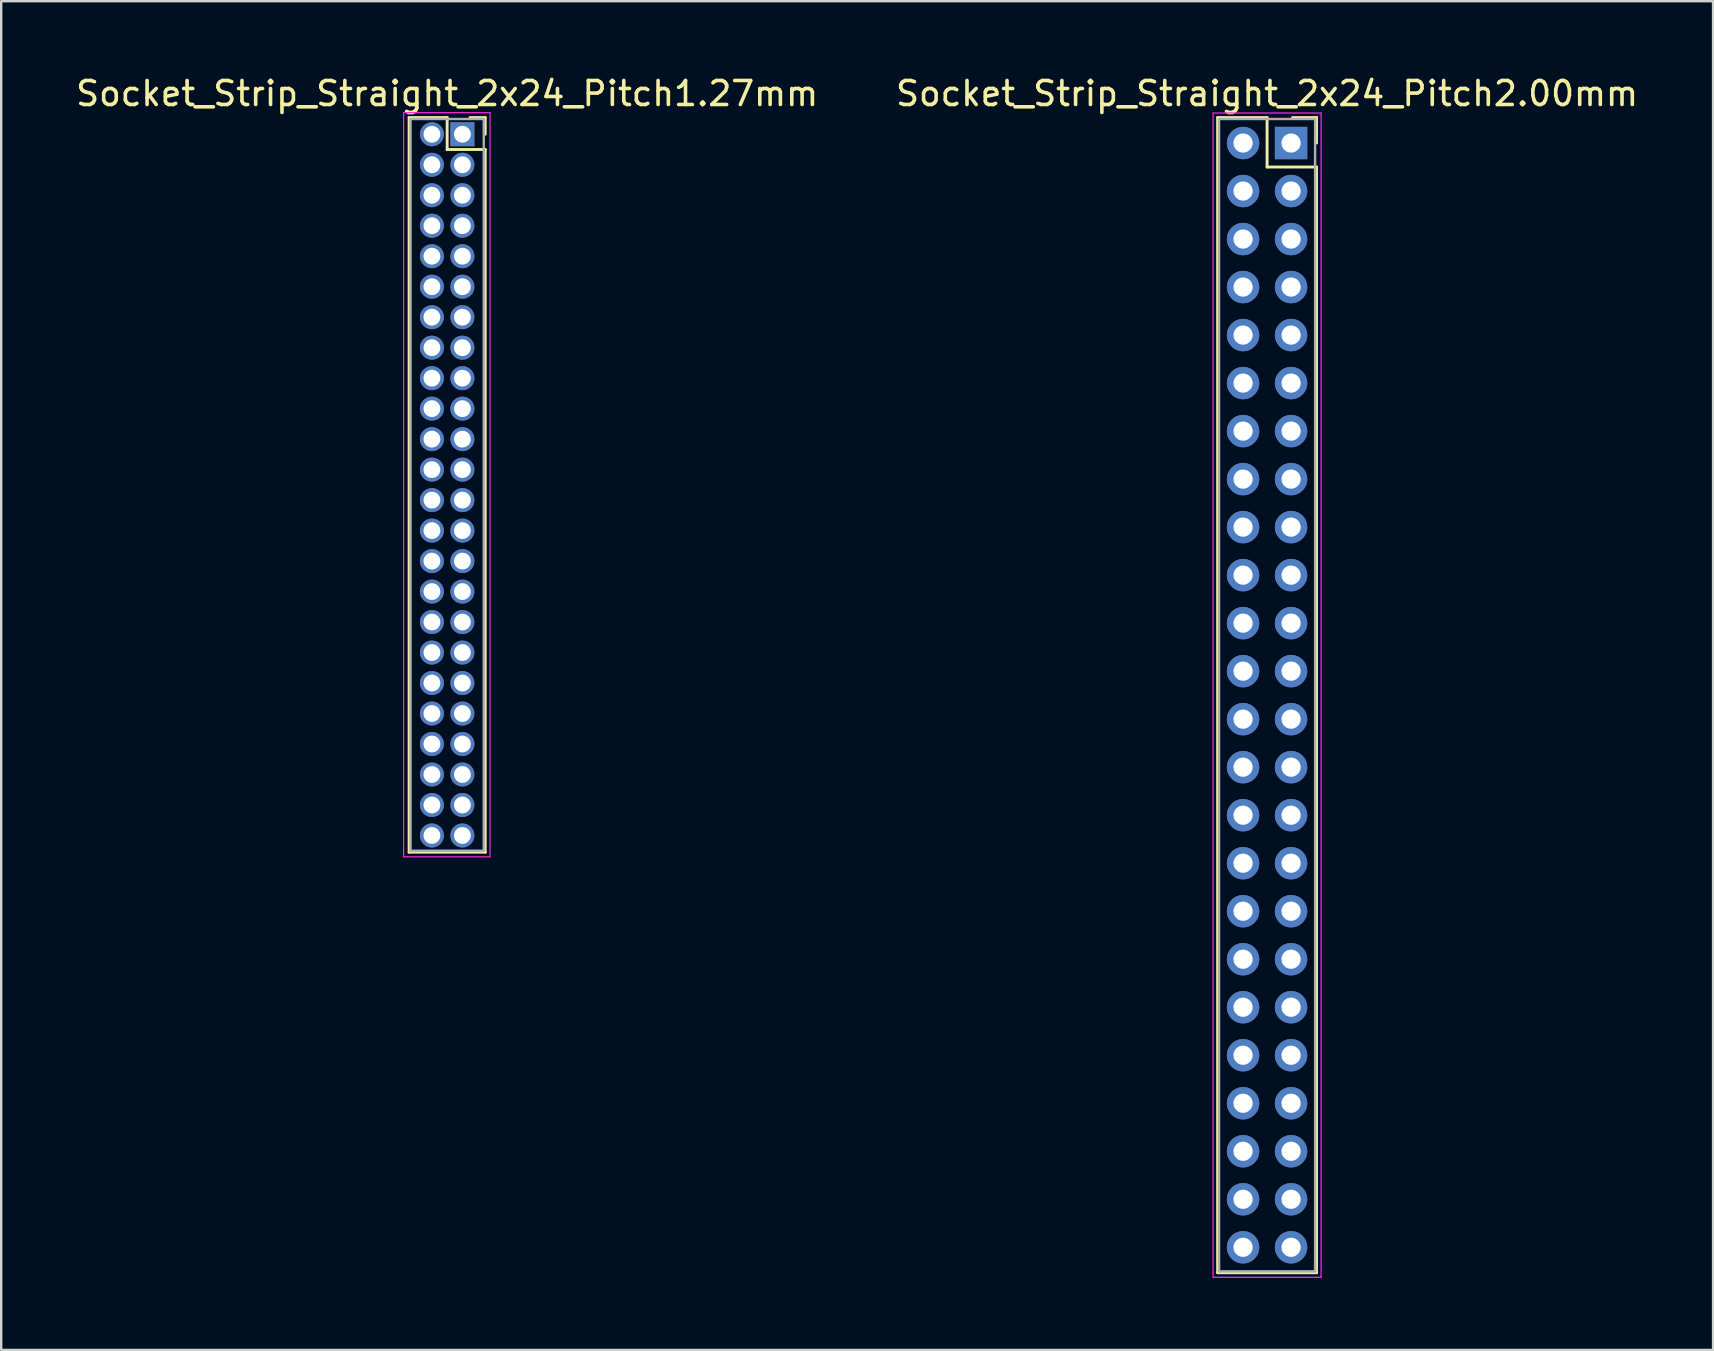
<source format=kicad_pcb>
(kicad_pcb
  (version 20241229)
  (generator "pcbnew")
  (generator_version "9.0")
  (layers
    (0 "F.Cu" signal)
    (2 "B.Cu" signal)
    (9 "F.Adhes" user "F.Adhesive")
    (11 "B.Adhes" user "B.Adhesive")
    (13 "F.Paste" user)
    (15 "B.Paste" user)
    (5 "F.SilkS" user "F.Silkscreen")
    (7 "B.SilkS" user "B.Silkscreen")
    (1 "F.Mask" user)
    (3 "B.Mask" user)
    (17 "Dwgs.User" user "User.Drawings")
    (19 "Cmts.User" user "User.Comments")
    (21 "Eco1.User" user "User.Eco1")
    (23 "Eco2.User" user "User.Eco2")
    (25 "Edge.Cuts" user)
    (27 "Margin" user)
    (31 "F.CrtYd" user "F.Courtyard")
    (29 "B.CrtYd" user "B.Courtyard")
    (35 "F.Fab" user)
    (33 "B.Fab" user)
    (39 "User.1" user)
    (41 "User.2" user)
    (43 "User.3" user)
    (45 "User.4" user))
  (footprint "Socket_Strip_Straight_2x24_Pitch2.00mm"
    (layer "F.Cu")
    (at 50.732 2.908)
    (property "Reference" "Socket_Strip_Straight_2x24_Pitch2.00mm" (at -1 -2.06 0) (layer "F.SilkS") (effects (font (size 1 1) (thickness 0.15))))
    (attr through_hole)
    (fp_line (start -3.06 -1.06) (end -1 -1.06) (stroke (width 0.12) (type solid)) (layer "F.SilkS"))
    (fp_line (start -3.06 47.06) (end -3.06 -1.06) (stroke (width 0.12) (type solid)) (layer "F.SilkS"))
    (fp_line (start -1 -1.06) (end -1 1) (stroke (width 0.12) (type solid)) (layer "F.SilkS"))
    (fp_line (start -1 1) (end 1.06 1) (stroke (width 0.12) (type solid)) (layer "F.SilkS"))
    (fp_line (start 1.06 -1.06) (end 0.06 -1.06) (stroke (width 0.12) (type solid)) (layer "F.SilkS"))
    (fp_line (start 1.06 0) (end 1.06 -1.06) (stroke (width 0.12) (type solid)) (layer "F.SilkS"))
    (fp_line (start 1.06 1) (end 1.06 47.06) (stroke (width 0.12) (type solid)) (layer "F.SilkS"))
    (fp_line (start 1.06 47.06) (end -3.06 47.06) (stroke (width 0.12) (type solid)) (layer "F.SilkS"))
    (fp_line (start -3.25 -1.25) (end -3.25 47.25) (stroke (width 0.05) (type solid)) (layer "F.CrtYd"))
    (fp_line (start -3.25 47.25) (end 1.25 47.25) (stroke (width 0.05) (type solid)) (layer "F.CrtYd"))
    (fp_line (start 1.25 -1.25) (end -3.25 -1.25) (stroke (width 0.05) (type solid)) (layer "F.CrtYd"))
    (fp_line (start 1.25 47.25) (end 1.25 -1.25) (stroke (width 0.05) (type solid)) (layer "F.CrtYd"))
    (fp_line (start -3 -1) (end -3 47) (stroke (width 0.1) (type solid)) (layer "F.Fab"))
    (fp_line (start -3 47) (end 1 47) (stroke (width 0.1) (type solid)) (layer "F.Fab"))
    (fp_line (start 1 -1) (end -3 -1) (stroke (width 0.1) (type solid)) (layer "F.Fab"))
    (fp_line (start 1 47) (end 1 -1) (stroke (width 0.1) (type solid)) (layer "F.Fab"))
    (pad "1" thru_hole rect (at 0 0) (size 1.35 1.35) (drill 0.8) (layers "*.Cu" "*.Mask"))
    (pad "2" thru_hole oval (at -2 0) (size 1.35 1.35) (drill 0.8) (layers "*.Cu" "*.Mask"))
    (pad "3" thru_hole oval (at 0 2) (size 1.35 1.35) (drill 0.8) (layers "*.Cu" "*.Mask"))
    (pad "4" thru_hole oval (at -2 2) (size 1.35 1.35) (drill 0.8) (layers "*.Cu" "*.Mask"))
    (pad "5" thru_hole oval (at 0 4) (size 1.35 1.35) (drill 0.8) (layers "*.Cu" "*.Mask"))
    (pad "6" thru_hole oval (at -2 4) (size 1.35 1.35) (drill 0.8) (layers "*.Cu" "*.Mask"))
    (pad "7" thru_hole oval (at 0 6) (size 1.35 1.35) (drill 0.8) (layers "*.Cu" "*.Mask"))
    (pad "8" thru_hole oval (at -2 6) (size 1.35 1.35) (drill 0.8) (layers "*.Cu" "*.Mask"))
    (pad "9" thru_hole oval (at 0 8) (size 1.35 1.35) (drill 0.8) (layers "*.Cu" "*.Mask"))
    (pad "10" thru_hole oval (at -2 8) (size 1.35 1.35) (drill 0.8) (layers "*.Cu" "*.Mask"))
    (pad "11" thru_hole oval (at 0 10) (size 1.35 1.35) (drill 0.8) (layers "*.Cu" "*.Mask"))
    (pad "12" thru_hole oval (at -2 10) (size 1.35 1.35) (drill 0.8) (layers "*.Cu" "*.Mask"))
    (pad "13" thru_hole oval (at 0 12) (size 1.35 1.35) (drill 0.8) (layers "*.Cu" "*.Mask"))
    (pad "14" thru_hole oval (at -2 12) (size 1.35 1.35) (drill 0.8) (layers "*.Cu" "*.Mask"))
    (pad "15" thru_hole oval (at 0 14) (size 1.35 1.35) (drill 0.8) (layers "*.Cu" "*.Mask"))
    (pad "16" thru_hole oval (at -2 14) (size 1.35 1.35) (drill 0.8) (layers "*.Cu" "*.Mask"))
    (pad "17" thru_hole oval (at 0 16) (size 1.35 1.35) (drill 0.8) (layers "*.Cu" "*.Mask"))
    (pad "18" thru_hole oval (at -2 16) (size 1.35 1.35) (drill 0.8) (layers "*.Cu" "*.Mask"))
    (pad "19" thru_hole oval (at 0 18) (size 1.35 1.35) (drill 0.8) (layers "*.Cu" "*.Mask"))
    (pad "20" thru_hole oval (at -2 18) (size 1.35 1.35) (drill 0.8) (layers "*.Cu" "*.Mask"))
    (pad "21" thru_hole oval (at 0 20) (size 1.35 1.35) (drill 0.8) (layers "*.Cu" "*.Mask"))
    (pad "22" thru_hole oval (at -2 20) (size 1.35 1.35) (drill 0.8) (layers "*.Cu" "*.Mask"))
    (pad "23" thru_hole oval (at 0 22) (size 1.35 1.35) (drill 0.8) (layers "*.Cu" "*.Mask"))
    (pad "24" thru_hole oval (at -2 22) (size 1.35 1.35) (drill 0.8) (layers "*.Cu" "*.Mask"))
    (pad "25" thru_hole oval (at 0 24) (size 1.35 1.35) (drill 0.8) (layers "*.Cu" "*.Mask"))
    (pad "26" thru_hole oval (at -2 24) (size 1.35 1.35) (drill 0.8) (layers "*.Cu" "*.Mask"))
    (pad "27" thru_hole oval (at 0 26) (size 1.35 1.35) (drill 0.8) (layers "*.Cu" "*.Mask"))
    (pad "28" thru_hole oval (at -2 26) (size 1.35 1.35) (drill 0.8) (layers "*.Cu" "*.Mask"))
    (pad "29" thru_hole oval (at 0 28) (size 1.35 1.35) (drill 0.8) (layers "*.Cu" "*.Mask"))
    (pad "30" thru_hole oval (at -2 28) (size 1.35 1.35) (drill 0.8) (layers "*.Cu" "*.Mask"))
    (pad "31" thru_hole oval (at 0 30) (size 1.35 1.35) (drill 0.8) (layers "*.Cu" "*.Mask"))
    (pad "32" thru_hole oval (at -2 30) (size 1.35 1.35) (drill 0.8) (layers "*.Cu" "*.Mask"))
    (pad "33" thru_hole oval (at 0 32) (size 1.35 1.35) (drill 0.8) (layers "*.Cu" "*.Mask"))
    (pad "34" thru_hole oval (at -2 32) (size 1.35 1.35) (drill 0.8) (layers "*.Cu" "*.Mask"))
    (pad "35" thru_hole oval (at 0 34) (size 1.35 1.35) (drill 0.8) (layers "*.Cu" "*.Mask"))
    (pad "36" thru_hole oval (at -2 34) (size 1.35 1.35) (drill 0.8) (layers "*.Cu" "*.Mask"))
    (pad "37" thru_hole oval (at 0 36) (size 1.35 1.35) (drill 0.8) (layers "*.Cu" "*.Mask"))
    (pad "38" thru_hole oval (at -2 36) (size 1.35 1.35) (drill 0.8) (layers "*.Cu" "*.Mask"))
    (pad "39" thru_hole oval (at 0 38) (size 1.35 1.35) (drill 0.8) (layers "*.Cu" "*.Mask"))
    (pad "40" thru_hole oval (at -2 38) (size 1.35 1.35) (drill 0.8) (layers "*.Cu" "*.Mask"))
    (pad "41" thru_hole oval (at 0 40) (size 1.35 1.35) (drill 0.8) (layers "*.Cu" "*.Mask"))
    (pad "42" thru_hole oval (at -2 40) (size 1.35 1.35) (drill 0.8) (layers "*.Cu" "*.Mask"))
    (pad "43" thru_hole oval (at 0 42) (size 1.35 1.35) (drill 0.8) (layers "*.Cu" "*.Mask"))
    (pad "44" thru_hole oval (at -2 42) (size 1.35 1.35) (drill 0.8) (layers "*.Cu" "*.Mask"))
    (pad "45" thru_hole oval (at 0 44) (size 1.35 1.35) (drill 0.8) (layers "*.Cu" "*.Mask"))
    (pad "46" thru_hole oval (at -2 44) (size 1.35 1.35) (drill 0.8) (layers "*.Cu" "*.Mask"))
    (pad "47" thru_hole oval (at 0 46) (size 1.35 1.35) (drill 0.8) (layers "*.Cu" "*.Mask"))
    (pad "48" thru_hole oval (at -2 46) (size 1.35 1.35) (drill 0.8) (layers "*.Cu" "*.Mask")))
  (footprint "Socket_Strip_Straight_2x24_Pitch1.27mm"
    (layer "F.Cu")
    (at 16.212 2.543)
    (property "Reference" "Socket_Strip_Straight_2x24_Pitch1.27mm" (at -0.635 -1.695 0) (layer "F.SilkS") (effects (font (size 1 1) (thickness 0.15))))
    (attr through_hole)
    (fp_line (start -2.22 -0.695) (end -0.635 -0.695) (stroke (width 0.12) (type solid)) (layer "F.SilkS"))
    (fp_line (start -2.22 29.905) (end -2.22 -0.695) (stroke (width 0.12) (type solid)) (layer "F.SilkS"))
    (fp_line (start -0.635 -0.695) (end -0.635 0.635) (stroke (width 0.12) (type solid)) (layer "F.SilkS"))
    (fp_line (start -0.635 0.635) (end 0.95 0.635) (stroke (width 0.12) (type solid)) (layer "F.SilkS"))
    (fp_line (start 0.95 -0.695) (end 0.315 -0.695) (stroke (width 0.12) (type solid)) (layer "F.SilkS"))
    (fp_line (start 0.95 0) (end 0.95 -0.695) (stroke (width 0.12) (type solid)) (layer "F.SilkS"))
    (fp_line (start 0.95 0.635) (end 0.95 29.905) (stroke (width 0.12) (type solid)) (layer "F.SilkS"))
    (fp_line (start 0.95 29.905) (end -2.22 29.905) (stroke (width 0.12) (type solid)) (layer "F.SilkS"))
    (fp_line (start -2.45 -0.9) (end -2.45 30.1) (stroke (width 0.05) (type solid)) (layer "F.CrtYd"))
    (fp_line (start -2.45 30.1) (end 1.15 30.1) (stroke (width 0.05) (type solid)) (layer "F.CrtYd"))
    (fp_line (start 1.15 -0.9) (end -2.45 -0.9) (stroke (width 0.05) (type solid)) (layer "F.CrtYd"))
    (fp_line (start 1.15 30.1) (end 1.15 -0.9) (stroke (width 0.05) (type solid)) (layer "F.CrtYd"))
    (fp_line (start -2.16 -0.635) (end -2.16 29.845) (stroke (width 0.1) (type solid)) (layer "F.Fab"))
    (fp_line (start -2.16 29.845) (end 0.89 29.845) (stroke (width 0.1) (type solid)) (layer "F.Fab"))
    (fp_line (start 0.89 -0.635) (end -2.16 -0.635) (stroke (width 0.1) (type solid)) (layer "F.Fab"))
    (fp_line (start 0.89 29.845) (end 0.89 -0.635) (stroke (width 0.1) (type solid)) (layer "F.Fab"))
    (pad "1" thru_hole rect (at 0 0) (size 1 1) (drill 0.7) (layers "*.Cu" "*.Mask"))
    (pad "2" thru_hole oval (at -1.27 0) (size 1 1) (drill 0.7) (layers "*.Cu" "*.Mask"))
    (pad "3" thru_hole oval (at 0 1.27) (size 1 1) (drill 0.7) (layers "*.Cu" "*.Mask"))
    (pad "4" thru_hole oval (at -1.27 1.27) (size 1 1) (drill 0.7) (layers "*.Cu" "*.Mask"))
    (pad "5" thru_hole oval (at 0 2.54) (size 1 1) (drill 0.7) (layers "*.Cu" "*.Mask"))
    (pad "6" thru_hole oval (at -1.27 2.54) (size 1 1) (drill 0.7) (layers "*.Cu" "*.Mask"))
    (pad "7" thru_hole oval (at 0 3.81) (size 1 1) (drill 0.7) (layers "*.Cu" "*.Mask"))
    (pad "8" thru_hole oval (at -1.27 3.81) (size 1 1) (drill 0.7) (layers "*.Cu" "*.Mask"))
    (pad "9" thru_hole oval (at 0 5.08) (size 1 1) (drill 0.7) (layers "*.Cu" "*.Mask"))
    (pad "10" thru_hole oval (at -1.27 5.08) (size 1 1) (drill 0.7) (layers "*.Cu" "*.Mask"))
    (pad "11" thru_hole oval (at 0 6.35) (size 1 1) (drill 0.7) (layers "*.Cu" "*.Mask"))
    (pad "12" thru_hole oval (at -1.27 6.35) (size 1 1) (drill 0.7) (layers "*.Cu" "*.Mask"))
    (pad "13" thru_hole oval (at 0 7.62) (size 1 1) (drill 0.7) (layers "*.Cu" "*.Mask"))
    (pad "14" thru_hole oval (at -1.27 7.62) (size 1 1) (drill 0.7) (layers "*.Cu" "*.Mask"))
    (pad "15" thru_hole oval (at 0 8.89) (size 1 1) (drill 0.7) (layers "*.Cu" "*.Mask"))
    (pad "16" thru_hole oval (at -1.27 8.89) (size 1 1) (drill 0.7) (layers "*.Cu" "*.Mask"))
    (pad "17" thru_hole oval (at 0 10.16) (size 1 1) (drill 0.7) (layers "*.Cu" "*.Mask"))
    (pad "18" thru_hole oval (at -1.27 10.16) (size 1 1) (drill 0.7) (layers "*.Cu" "*.Mask"))
    (pad "19" thru_hole oval (at 0 11.43) (size 1 1) (drill 0.7) (layers "*.Cu" "*.Mask"))
    (pad "20" thru_hole oval (at -1.27 11.43) (size 1 1) (drill 0.7) (layers "*.Cu" "*.Mask"))
    (pad "21" thru_hole oval (at 0 12.7) (size 1 1) (drill 0.7) (layers "*.Cu" "*.Mask"))
    (pad "22" thru_hole oval (at -1.27 12.7) (size 1 1) (drill 0.7) (layers "*.Cu" "*.Mask"))
    (pad "23" thru_hole oval (at 0 13.97) (size 1 1) (drill 0.7) (layers "*.Cu" "*.Mask"))
    (pad "24" thru_hole oval (at -1.27 13.97) (size 1 1) (drill 0.7) (layers "*.Cu" "*.Mask"))
    (pad "25" thru_hole oval (at 0 15.24) (size 1 1) (drill 0.7) (layers "*.Cu" "*.Mask"))
    (pad "26" thru_hole oval (at -1.27 15.24) (size 1 1) (drill 0.7) (layers "*.Cu" "*.Mask"))
    (pad "27" thru_hole oval (at 0 16.51) (size 1 1) (drill 0.7) (layers "*.Cu" "*.Mask"))
    (pad "28" thru_hole oval (at -1.27 16.51) (size 1 1) (drill 0.7) (layers "*.Cu" "*.Mask"))
    (pad "29" thru_hole oval (at 0 17.78) (size 1 1) (drill 0.7) (layers "*.Cu" "*.Mask"))
    (pad "30" thru_hole oval (at -1.27 17.78) (size 1 1) (drill 0.7) (layers "*.Cu" "*.Mask"))
    (pad "31" thru_hole oval (at 0 19.05) (size 1 1) (drill 0.7) (layers "*.Cu" "*.Mask"))
    (pad "32" thru_hole oval (at -1.27 19.05) (size 1 1) (drill 0.7) (layers "*.Cu" "*.Mask"))
    (pad "33" thru_hole oval (at 0 20.32) (size 1 1) (drill 0.7) (layers "*.Cu" "*.Mask"))
    (pad "34" thru_hole oval (at -1.27 20.32) (size 1 1) (drill 0.7) (layers "*.Cu" "*.Mask"))
    (pad "35" thru_hole oval (at 0 21.59) (size 1 1) (drill 0.7) (layers "*.Cu" "*.Mask"))
    (pad "36" thru_hole oval (at -1.27 21.59) (size 1 1) (drill 0.7) (layers "*.Cu" "*.Mask"))
    (pad "37" thru_hole oval (at 0 22.86) (size 1 1) (drill 0.7) (layers "*.Cu" "*.Mask"))
    (pad "38" thru_hole oval (at -1.27 22.86) (size 1 1) (drill 0.7) (layers "*.Cu" "*.Mask"))
    (pad "39" thru_hole oval (at 0 24.13) (size 1 1) (drill 0.7) (layers "*.Cu" "*.Mask"))
    (pad "40" thru_hole oval (at -1.27 24.13) (size 1 1) (drill 0.7) (layers "*.Cu" "*.Mask"))
    (pad "41" thru_hole oval (at 0 25.4) (size 1 1) (drill 0.7) (layers "*.Cu" "*.Mask"))
    (pad "42" thru_hole oval (at -1.27 25.4) (size 1 1) (drill 0.7) (layers "*.Cu" "*.Mask"))
    (pad "43" thru_hole oval (at 0 26.67) (size 1 1) (drill 0.7) (layers "*.Cu" "*.Mask"))
    (pad "44" thru_hole oval (at -1.27 26.67) (size 1 1) (drill 0.7) (layers "*.Cu" "*.Mask"))
    (pad "45" thru_hole oval (at 0 27.94) (size 1 1) (drill 0.7) (layers "*.Cu" "*.Mask"))
    (pad "46" thru_hole oval (at -1.27 27.94) (size 1 1) (drill 0.7) (layers "*.Cu" "*.Mask"))
    (pad "47" thru_hole oval (at 0 29.21) (size 1 1) (drill 0.7) (layers "*.Cu" "*.Mask"))
    (pad "48" thru_hole oval (at -1.27 29.21) (size 1 1) (drill 0.7) (layers "*.Cu" "*.Mask")))
  (gr_rect
    (start -3 -3)
    (end 68.31 53.183)
    (stroke (width 0.1) (type default))
    (fill no)
    (layer "Edge.Cuts")))
</source>
